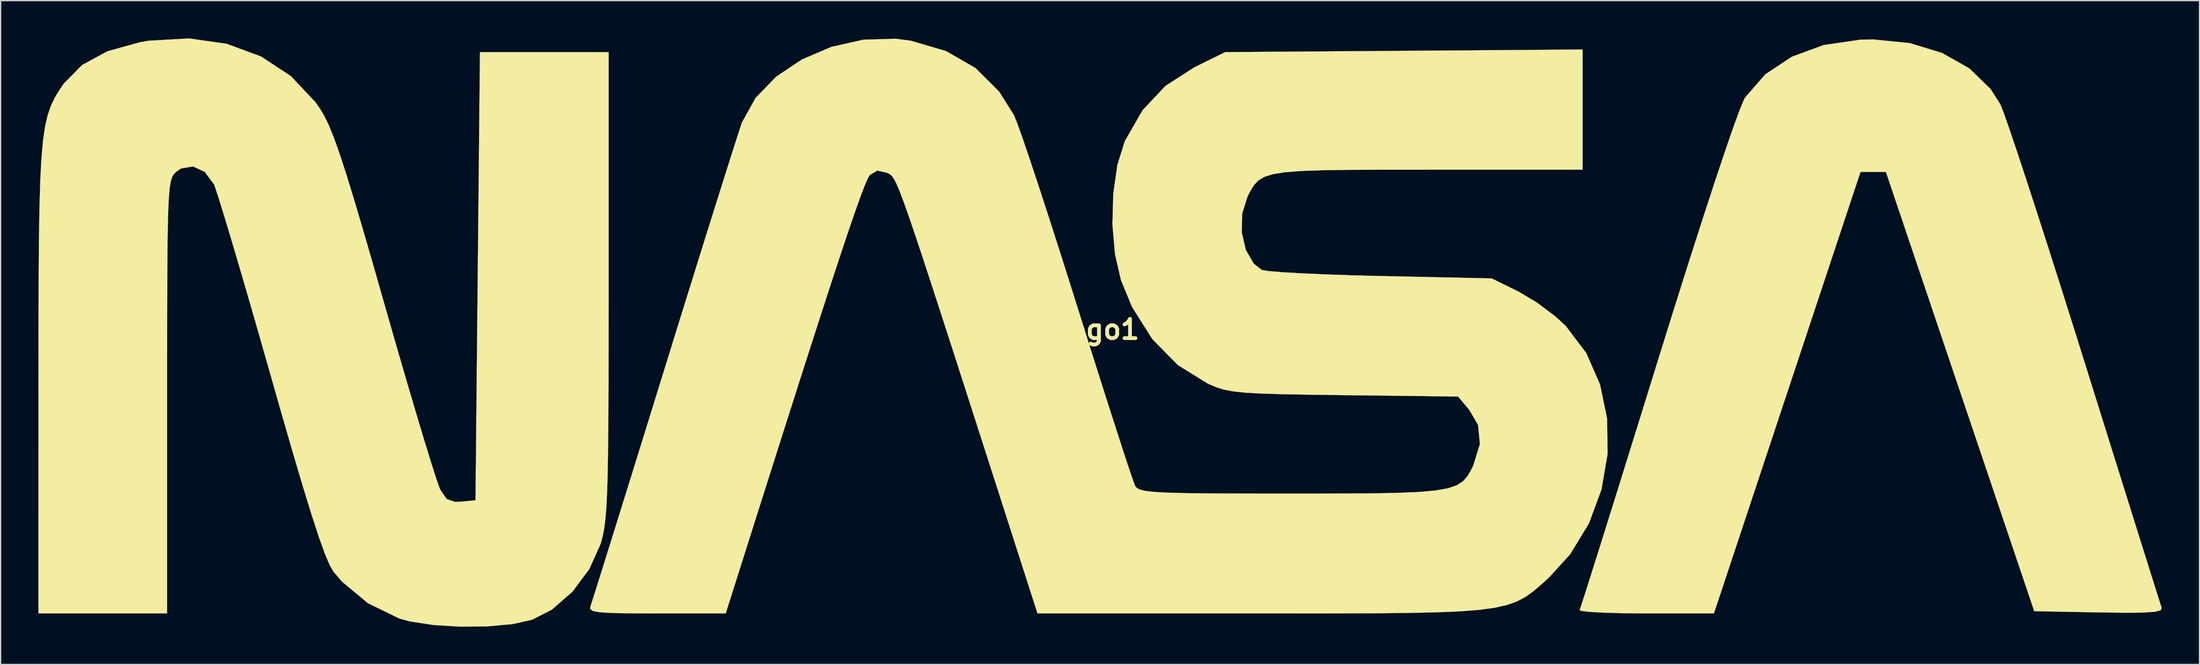
<source format=kicad_pcb>
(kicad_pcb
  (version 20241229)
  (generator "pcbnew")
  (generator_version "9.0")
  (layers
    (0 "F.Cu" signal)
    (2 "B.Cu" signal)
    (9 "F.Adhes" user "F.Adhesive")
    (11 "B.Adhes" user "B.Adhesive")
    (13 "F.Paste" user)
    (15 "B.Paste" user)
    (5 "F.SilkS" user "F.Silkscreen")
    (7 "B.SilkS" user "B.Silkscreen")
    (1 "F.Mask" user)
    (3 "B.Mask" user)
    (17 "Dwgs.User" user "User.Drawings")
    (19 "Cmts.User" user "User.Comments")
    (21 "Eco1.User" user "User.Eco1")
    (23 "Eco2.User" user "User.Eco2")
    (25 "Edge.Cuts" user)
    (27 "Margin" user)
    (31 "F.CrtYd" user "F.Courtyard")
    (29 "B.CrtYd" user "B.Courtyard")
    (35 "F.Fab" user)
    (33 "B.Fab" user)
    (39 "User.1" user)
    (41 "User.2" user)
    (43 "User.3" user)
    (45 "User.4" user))
  (footprint "logo1"
    (layer "F.Cu")
    (at 84.319 23.142)
    (property "Reference" "logo1" (at 0 0 0) (layer "F.SilkS") (effects (font (size 1.524 1.524) (thickness 0.3))))
    (attr through_hole)
    (fp_poly (pts (xy 64.45 -22.767) (xy 67.022 -21.987) (xy 69.194 -20.758) (xy 70.883 -19.121) (xy 71.662 -17.898) (xy 71.902 -17.299) (xy 72.329 -16.091) (xy 72.921 -14.342) (xy 73.658 -12.118) (xy 74.516 -9.483) (xy 75.475 -6.506) (xy 76.513 -3.251) (xy 77.608 0.215) (xy 78.362 2.617) (xy 79.467 6.148) (xy 80.511 9.483) (xy 81.475 12.561) (xy 82.339 15.318) (xy 83.085 17.693) (xy 83.692 19.625) (xy 84.142 21.052) (xy 84.414 21.912) (xy 84.49 22.146) (xy 84.413 22.325) (xy 83.972 22.444) (xy 83.085 22.509) (xy 81.666 22.526) (xy 79.632 22.501) (xy 79.504 22.499) (xy 74.357 22.401) (xy 62.563 -12.524) (xy 60.545 -12.524) (xy 54.718 5.027) (xy 48.892 22.578) (xy 43.475 22.578) (xy 41.625 22.562) (xy 40.068 22.517) (xy 38.918 22.45) (xy 38.291 22.366) (xy 38.213 22.313) (xy 38.343 21.937) (xy 38.662 20.947) (xy 39.152 19.403) (xy 39.794 17.366) (xy 40.568 14.896) (xy 41.457 12.053) (xy 42.44 8.898) (xy 43.499 5.491) (xy 44.437 2.469) (xy 45.686 -1.534) (xy 46.857 -5.238) (xy 47.932 -8.591) (xy 48.896 -11.542) (xy 49.731 -14.039) (xy 50.419 -16.032) (xy 50.945 -17.469) (xy 51.291 -18.299) (xy 51.365 -18.435) (xy 52.972 -20.279) (xy 55.081 -21.682) (xy 57.619 -22.611) (xy 60.511 -23.033) (xy 61.56 -23.055) (xy 64.45 -22.767)) (stroke (width 0.01) (type solid)) (fill yes) (layer "F.SilkS"))
    (fp_poly (pts (xy -69.35 -22.711) (xy -66.623 -21.704) (xy -64.245 -20.145) (xy -62.287 -18.064) (xy -61.929 -17.551) (xy -61.581 -16.966) (xy -61.22 -16.221) (xy -60.824 -15.247) (xy -60.371 -13.977) (xy -59.839 -12.344) (xy -59.205 -10.28) (xy -58.447 -7.718) (xy -57.542 -4.59) (xy -56.802 -1.996) (xy -55.934 1.03) (xy -55.107 3.877) (xy -54.344 6.464) (xy -53.669 8.714) (xy -53.105 10.547) (xy -52.677 11.883) (xy -52.408 12.644) (xy -52.36 12.753) (xy -51.854 13.484) (xy -51.202 13.712) (xy -50.692 13.691) (xy -49.565 13.582) (xy -49.389 -4.233) (xy -49.212 -22.049) (xy -38.982 -22.049) (xy -38.982 -3.528) (xy -38.984 0.606) (xy -38.99 4.096) (xy -39.003 7.006) (xy -39.024 9.399) (xy -39.056 11.336) (xy -39.1 12.88) (xy -39.158 14.095) (xy -39.233 15.042) (xy -39.326 15.784) (xy -39.439 16.384) (xy -39.574 16.905) (xy -39.62 17.059) (xy -40.523 19.061) (xy -41.864 20.856) (xy -43.486 22.272) (xy -45.067 23.082) (xy -46.61 23.424) (xy -48.595 23.606) (xy -50.781 23.63) (xy -52.925 23.498) (xy -54.782 23.214) (xy -55.622 22.983) (xy -58.111 21.774) (xy -60.193 20.039) (xy -60.858 19.253) (xy -61.157 18.737) (xy -61.533 17.853) (xy -62.002 16.554) (xy -62.579 14.792) (xy -63.28 12.52) (xy -64.119 9.689) (xy -65.111 6.252) (xy -65.801 3.829) (xy -66.682 0.74) (xy -67.521 -2.172) (xy -68.296 -4.83) (xy -68.984 -7.156) (xy -69.561 -9.072) (xy -70.004 -10.499) (xy -70.291 -11.361) (xy -70.363 -11.544) (xy -71.092 -12.527) (xy -72.023 -12.96) (xy -72.993 -12.791) (xy -73.392 -12.511) (xy -73.55 -12.346) (xy -73.682 -12.121) (xy -73.79 -11.777) (xy -73.876 -11.252) (xy -73.944 -10.486) (xy -73.995 -9.419) (xy -74.032 -7.991) (xy -74.057 -6.14) (xy -74.072 -3.807) (xy -74.08 -0.931) (xy -74.083 2.549) (xy -74.083 5.346) (xy -74.083 22.578) (xy -84.314 22.578) (xy -84.31 4.145) (xy -84.307 -0.223) (xy -84.296 -3.946) (xy -84.273 -7.085) (xy -84.231 -9.7) (xy -84.167 -11.852) (xy -84.075 -13.602) (xy -83.949 -15.01) (xy -83.785 -16.136) (xy -83.577 -17.043) (xy -83.32 -17.789) (xy -83.009 -18.436) (xy -82.64 -19.045) (xy -82.293 -19.551) (xy -80.844 -21.023) (xy -78.826 -22.117) (xy -76.221 -22.841) (xy -75.555 -22.954) (xy -72.352 -23.137) (xy -69.35 -22.711)) (stroke (width 0.01) (type solid)) (fill yes) (layer "F.SilkS"))
    (fp_poly (pts (xy -14.979 -22.958) (xy -12.165 -22.135) (xy -9.821 -20.788) (xy -7.934 -18.908) (xy -6.756 -17.037) (xy -6.503 -16.413) (xy -6.068 -15.194) (xy -5.478 -13.462) (xy -4.759 -11.295) (xy -3.938 -8.775) (xy -3.04 -5.981) (xy -2.094 -2.994) (xy -1.763 -1.94) (xy -0.82 1.059) (xy 0.068 3.864) (xy 0.876 6.397) (xy 1.581 8.586) (xy 2.157 10.354) (xy 2.582 11.628) (xy 2.83 12.332) (xy 2.874 12.435) (xy 3.006 12.602) (xy 3.255 12.736) (xy 3.692 12.84) (xy 4.388 12.919) (xy 5.414 12.976) (xy 6.842 13.014) (xy 8.742 13.037) (xy 11.187 13.049) (xy 14.246 13.053) (xy 15.199 13.053) (xy 18.641 13.05) (xy 21.448 13.035) (xy 23.691 12.996) (xy 25.443 12.922) (xy 26.773 12.803) (xy 27.754 12.628) (xy 28.456 12.385) (xy 28.95 12.064) (xy 29.308 11.653) (xy 29.601 11.142) (xy 29.762 10.81) (xy 30.287 9.109) (xy 30.141 7.603) (xy 29.444 6.399) (xy 28.549 5.335) (xy 19.478 5.225) (xy 16.694 5.188) (xy 14.518 5.148) (xy 12.853 5.097) (xy 11.603 5.025) (xy 10.669 4.925) (xy 9.956 4.789) (xy 9.365 4.609) (xy 8.8 4.375) (xy 8.643 4.303) (xy 6.273 2.831) (xy 4.253 0.783) (xy 2.638 -1.774) (xy 1.752 -3.91) (xy 1.275 -5.978) (xy 1.072 -8.361) (xy 1.139 -10.815) (xy 1.468 -13.097) (xy 2.052 -14.963) (xy 2.053 -14.965) (xy 3.469 -17.431) (xy 5.281 -19.357) (xy 7.579 -20.838) (xy 7.674 -20.885) (xy 10.037 -22.049) (xy 24.245 -22.152) (xy 38.453 -22.255) (xy 38.453 -12.7) (xy 26.184 -12.7) (xy 22.779 -12.699) (xy 20.007 -12.689) (xy 17.798 -12.658) (xy 16.078 -12.598) (xy 14.777 -12.496) (xy 13.823 -12.343) (xy 13.144 -12.127) (xy 12.667 -11.839) (xy 12.322 -11.467) (xy 12.037 -11.002) (xy 11.816 -10.579) (xy 11.387 -9.211) (xy 11.353 -7.722) (xy 11.675 -6.323) (xy 12.312 -5.223) (xy 12.952 -4.73) (xy 13.467 -4.641) (xy 14.585 -4.548) (xy 16.201 -4.456) (xy 18.212 -4.369) (xy 20.513 -4.293) (xy 22.401 -4.246) (xy 31.221 -4.057) (xy 33.337 -3.018) (xy 34.794 -2.154) (xy 36.282 -1.039) (xy 37.103 -0.289) (xy 38.74 1.874) (xy 39.836 4.369) (xy 40.399 7.082) (xy 40.436 9.902) (xy 39.955 12.716) (xy 38.961 15.41) (xy 37.464 17.873) (xy 35.811 19.691) (xy 35.135 20.307) (xy 34.523 20.829) (xy 33.912 21.264) (xy 33.241 21.62) (xy 32.445 21.905) (xy 31.464 22.128) (xy 30.232 22.295) (xy 28.69 22.414) (xy 26.772 22.494) (xy 24.418 22.543) (xy 21.563 22.568) (xy 18.146 22.577) (xy 14.104 22.578) (xy 12.84 22.578) (xy -4.887 22.578) (xy -7.41 14.728) (xy -8.975 9.86) (xy -10.34 5.618) (xy -11.518 1.961) (xy -12.526 -1.157) (xy -13.379 -3.779) (xy -14.091 -5.949) (xy -14.679 -7.711) (xy -15.158 -9.11) (xy -15.542 -10.188) (xy -15.847 -10.99) (xy -16.089 -11.56) (xy -16.283 -11.942) (xy -16.443 -12.18) (xy -16.585 -12.317) (xy -16.725 -12.398) (xy -16.855 -12.456) (xy -17.619 -12.631) (xy -18.213 -12.277) (xy -18.373 -12.016) (xy -18.62 -11.451) (xy -18.965 -10.547) (xy -19.42 -9.271) (xy -19.996 -7.588) (xy -20.704 -5.465) (xy -21.556 -2.867) (xy -22.562 0.24) (xy -23.734 3.89) (xy -25.083 8.116) (xy -26.621 12.953) (xy -28.079 17.551) (xy -29.671 22.578) (xy -35.158 22.578) (xy -37.239 22.572) (xy -38.711 22.546) (xy -39.67 22.489) (xy -40.213 22.392) (xy -40.436 22.243) (xy -40.435 22.032) (xy -40.422 21.996) (xy -40.278 21.557) (xy -39.945 20.508) (xy -39.444 18.912) (xy -38.795 16.835) (xy -38.017 14.34) (xy -37.13 11.491) (xy -36.155 8.353) (xy -35.112 4.988) (xy -34.561 3.211) (xy -33.479 -0.28) (xy -32.444 -3.605) (xy -31.479 -6.697) (xy -30.605 -9.487) (xy -29.843 -11.908) (xy -29.215 -13.89) (xy -28.742 -15.367) (xy -28.446 -16.268) (xy -28.375 -16.472) (xy -27.301 -18.405) (xy -25.673 -20.089) (xy -23.619 -21.464) (xy -21.266 -22.467) (xy -18.741 -23.036) (xy -16.17 -23.112) (xy -14.979 -22.958)) (stroke (width 0.01) (type solid)) (fill yes) (layer "F.SilkS")))
  (gr_rect
    (start -3 -3)
    (end 171.814 49.777)
    (stroke (width 0.1) (type default))
    (fill no)
    (layer "Edge.Cuts")))
</source>
